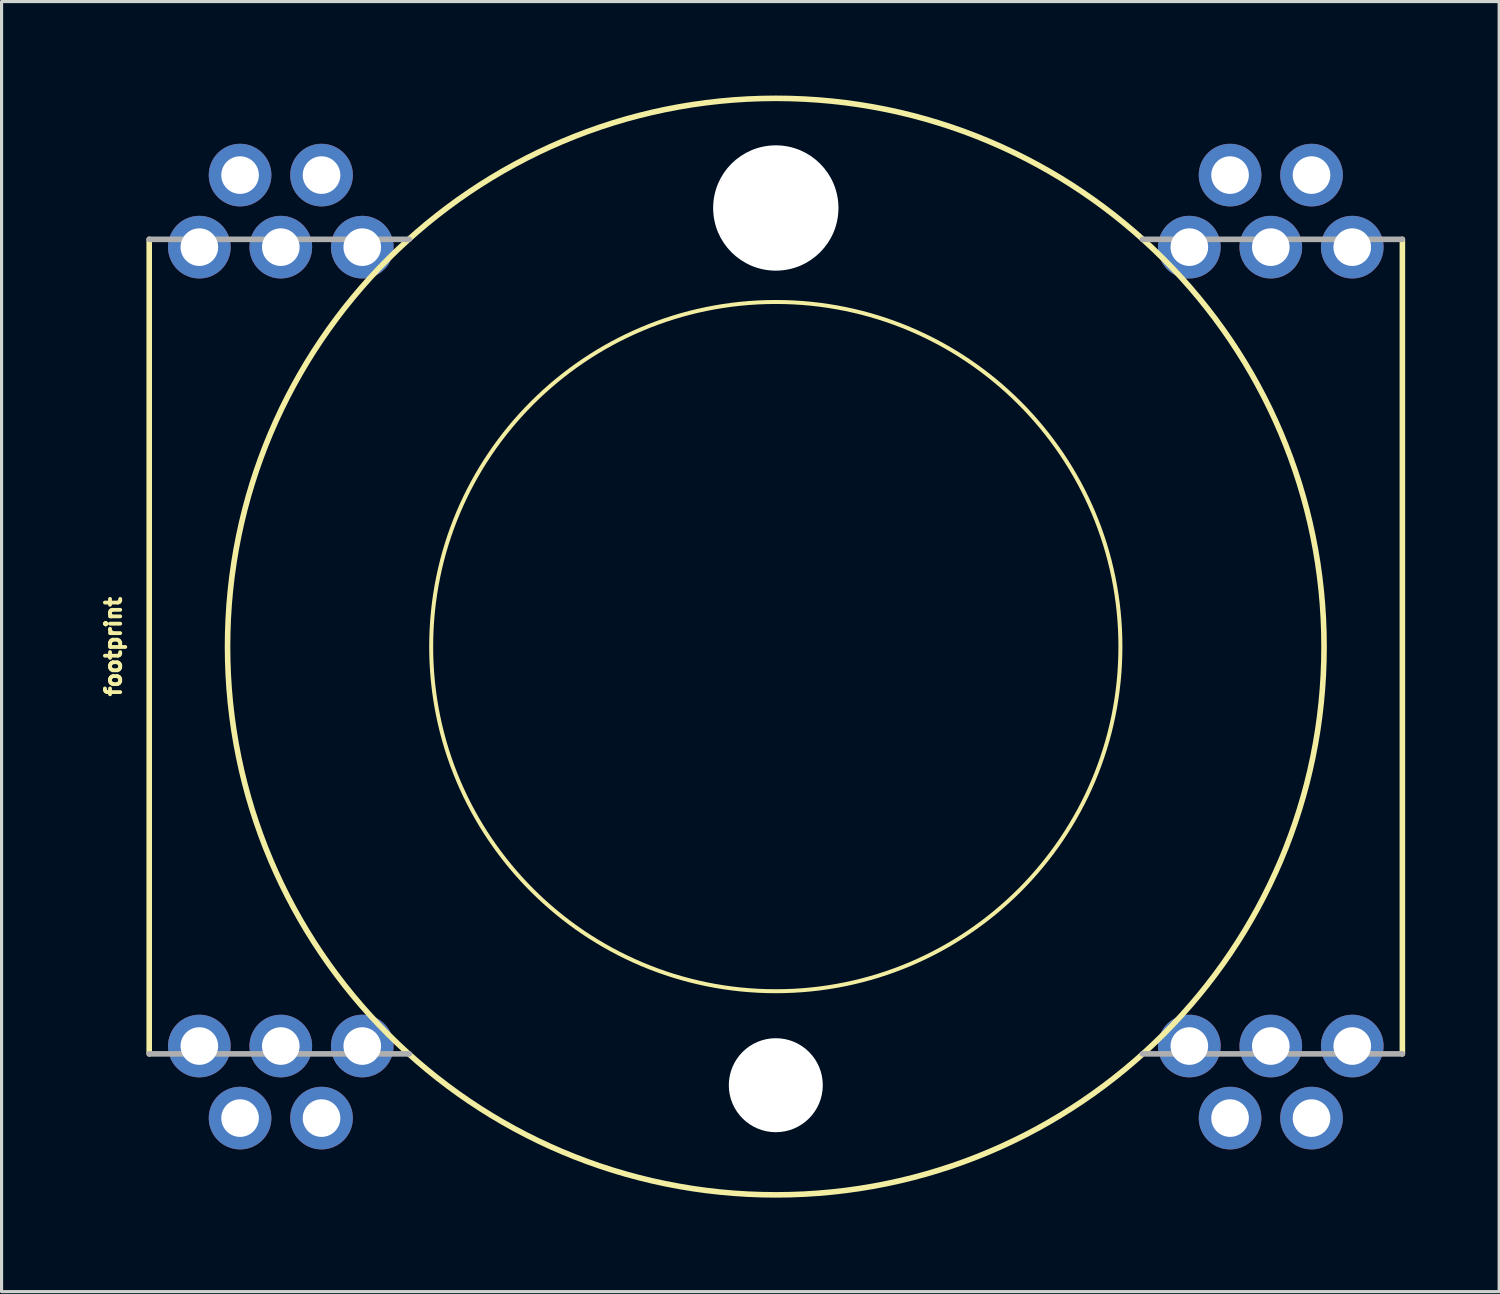
<source format=kicad_pcb>
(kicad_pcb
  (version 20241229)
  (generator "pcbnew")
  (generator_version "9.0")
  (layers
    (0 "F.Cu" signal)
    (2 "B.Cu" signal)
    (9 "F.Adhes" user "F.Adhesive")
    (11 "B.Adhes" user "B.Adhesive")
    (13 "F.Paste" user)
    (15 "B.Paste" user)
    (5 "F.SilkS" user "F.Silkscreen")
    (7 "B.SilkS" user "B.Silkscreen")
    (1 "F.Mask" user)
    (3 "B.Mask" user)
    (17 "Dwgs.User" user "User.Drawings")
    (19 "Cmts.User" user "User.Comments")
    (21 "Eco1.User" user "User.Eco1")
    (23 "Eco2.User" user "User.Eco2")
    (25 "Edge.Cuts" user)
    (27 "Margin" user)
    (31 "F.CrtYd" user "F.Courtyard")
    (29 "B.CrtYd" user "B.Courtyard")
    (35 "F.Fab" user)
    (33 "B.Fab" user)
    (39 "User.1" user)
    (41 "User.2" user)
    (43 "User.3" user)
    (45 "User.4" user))
  (footprint "footprint"
    (layer "F.Cu")
    (at 21.713 17.589)
    (property "Reference" "footprint" (at -20.86 0 90) (layer "F.SilkS") (effects (font (size 0.488 0.488) (thickness 0.122)) (justify bottom)))
    (fp_line (start -20 13) (end -20 -13) (stroke (width 0.178) (type solid)) (layer "F.SilkS"))
    (fp_line (start 20 13) (end 20 -13) (stroke (width 0.178) (type solid)) (layer "F.SilkS"))
    (fp_circle (center 0 0) (end 11 0) (stroke (width 0.127) (type solid)) (fill no) (layer "F.SilkS"))
    (fp_circle (center 0 0) (end 17.5 0) (stroke (width 0.178) (type solid)) (fill no) (layer "F.SilkS"))
    (fp_line (start -20 -13) (end -11.7 -13) (stroke (width 0.178) (type solid)) (layer "F.Fab"))
    (fp_line (start -20 13) (end -11.7 13) (stroke (width 0.178) (type solid)) (layer "F.Fab"))
    (fp_line (start 20 -13) (end 11.7 -13) (stroke (width 0.178) (type solid)) (layer "F.Fab"))
    (fp_line (start 20 13) (end 11.7 13) (stroke (width 0.178) (type solid)) (layer "F.Fab"))
    (pad "" np_thru_hole circle (at 0 -14) (size 4 4) (drill 4) (layers "*.Cu" "*.Mask"))
    (pad "" np_thru_hole circle (at 0 14) (size 3 3) (drill 3) (layers "*.Cu" "*.Mask"))
    (pad "1" thru_hole circle (at 13.2 -12.75) (size 2 2) (drill 1.2) (layers "*.Cu" "*.Mask"))
    (pad "2" thru_hole circle (at 14.5 -15.05) (size 2 2) (drill 1.2) (layers "*.Cu" "*.Mask"))
    (pad "3" thru_hole circle (at 15.8 -12.75) (size 2 2) (drill 1.2) (layers "*.Cu" "*.Mask"))
    (pad "4" thru_hole circle (at 17.1 -15.05) (size 2 2) (drill 1.2) (layers "*.Cu" "*.Mask"))
    (pad "5" thru_hole circle (at 17.1 15.05) (size 2 2) (drill 1.2) (layers "*.Cu" "*.Mask"))
    (pad "6" thru_hole circle (at 15.8 12.75) (size 2 2) (drill 1.2) (layers "*.Cu" "*.Mask"))
    (pad "7" thru_hole circle (at 14.5 15.05) (size 2 2) (drill 1.2) (layers "*.Cu" "*.Mask"))
    (pad "8" thru_hole circle (at 13.2 12.75) (size 2 2) (drill 1.2) (layers "*.Cu" "*.Mask"))
    (pad "9" thru_hole circle (at -13.2 12.75) (size 2 2) (drill 1.2) (layers "*.Cu" "*.Mask"))
    (pad "10" thru_hole circle (at -14.5 15.05) (size 2 2) (drill 1.2) (layers "*.Cu" "*.Mask"))
    (pad "11" thru_hole circle (at -15.8 12.75) (size 2 2) (drill 1.2) (layers "*.Cu" "*.Mask"))
    (pad "12" thru_hole circle (at -17.1 15.05) (size 2 2) (drill 1.2) (layers "*.Cu" "*.Mask"))
    (pad "13" thru_hole circle (at -17.1 -15.05) (size 2 2) (drill 1.2) (layers "*.Cu" "*.Mask"))
    (pad "14" thru_hole circle (at -15.8 -12.75) (size 2 2) (drill 1.2) (layers "*.Cu" "*.Mask"))
    (pad "15" thru_hole circle (at -14.5 -15.05) (size 2 2) (drill 1.2) (layers "*.Cu" "*.Mask"))
    (pad "16" thru_hole circle (at -13.2 -12.75) (size 2 2) (drill 1.2) (layers "*.Cu" "*.Mask"))
    (pad "COM0" thru_hole circle (at 18.4 -12.75) (size 2 2) (drill 1.2) (layers "*.Cu" "*.Mask"))
    (pad "COM1" thru_hole circle (at 18.4 12.75) (size 2 2) (drill 1.2) (layers "*.Cu" "*.Mask"))
    (pad "COM2" thru_hole circle (at -18.4 12.75) (size 2 2) (drill 1.2) (layers "*.Cu" "*.Mask"))
    (pad "COM3" thru_hole circle (at -18.4 -12.75) (size 2 2) (drill 1.2) (layers "*.Cu" "*.Mask")))
  (gr_rect
    (start -3 -3)
    (end 44.802 38.178)
    (stroke (width 0.1) (type default))
    (fill no)
    (layer "Edge.Cuts")))
</source>
